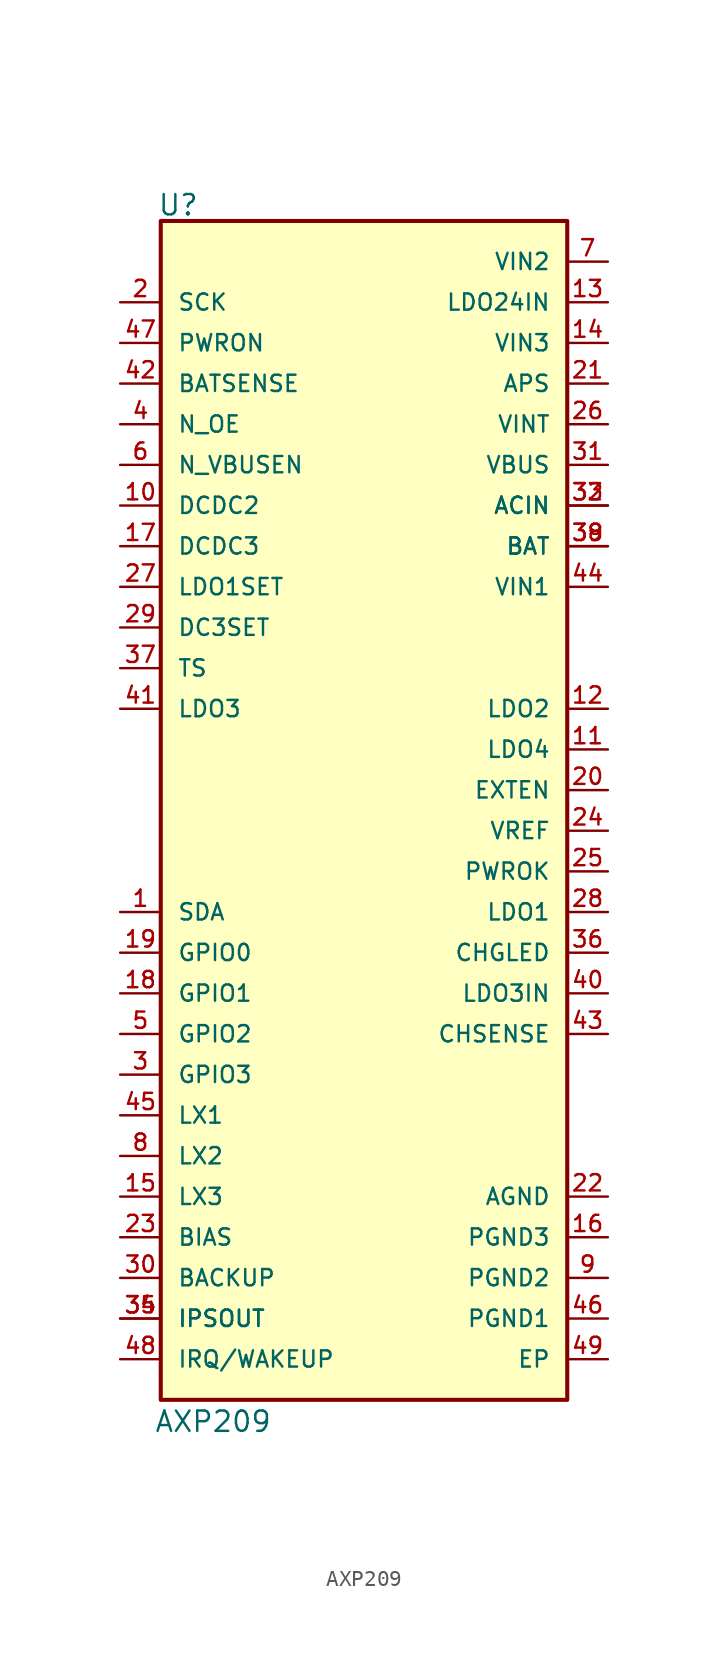
<source format=kicad_sym>
(kicad_symbol_lib
  (version 20211014)
  (generator kicad_symbol_editor)
  (symbol "AXP209"
    (pin_names
      (offset 1.016))
    (property "Reference" "U"
      (at -12.918 38.352 0)
      (effects (font (size 1.27 1.27)) (justify bottom left)))
    (property "Value" "AXP209"
      (at -13.121 -37.66 0)
      (effects (font (size 1.27 1.27)) (justify bottom left)))
    (symbol "AXP209_0_0"
      (rectangle (start -12.7 -35.56) (end 12.7 38.1) (stroke (width 0.254)) (fill (type background)))
      (pin bidirectional line (at -15.24 -5.08 0) (length 2.54) (name "SDA" (effects (font (size 1.016 1.016)))) (number "1" (effects (font (size 1.016 1.016)))))
      (pin input line (at -15.24 33.02 0) (length 2.54) (name "SCK" (effects (font (size 1.016 1.016)))) (number "2" (effects (font (size 1.016 1.016)))))
      (pin output line (at 15.24 5.08 180.0) (length 2.54) (name "LDO4" (effects (font (size 1.016 1.016)))) (number "11" (effects (font (size 1.016 1.016)))))
      (pin power_in line (at 15.24 35.56 180.0) (length 2.54) (name "VIN2" (effects (font (size 1.016 1.016)))) (number "7" (effects (font (size 1.016 1.016)))))
      (pin power_in line (at 15.24 33.02 180.0) (length 2.54) (name "LDO24IN" (effects (font (size 1.016 1.016)))) (number "13" (effects (font (size 1.016 1.016)))))
      (pin input line (at -15.24 25.4 0) (length 2.54) (name "N_OE" (effects (font (size 1.016 1.016)))) (number "4" (effects (font (size 1.016 1.016)))))
      (pin bidirectional line (at -15.24 -12.7 0) (length 2.54) (name "GPIO2" (effects (font (size 1.016 1.016)))) (number "5" (effects (font (size 1.016 1.016)))))
      (pin power_in line (at 15.24 30.48 180.0) (length 2.54) (name "VIN3" (effects (font (size 1.016 1.016)))) (number "14" (effects (font (size 1.016 1.016)))))
      (pin input line (at -15.24 22.86 0) (length 2.54) (name "N_VBUSEN" (effects (font (size 1.016 1.016)))) (number "6" (effects (font (size 1.016 1.016)))))
      (pin input line (at -15.24 20.32 0) (length 2.54) (name "DCDC2" (effects (font (size 1.016 1.016)))) (number "10" (effects (font (size 1.016 1.016)))))
      (pin bidirectional line (at -15.24 -15.24 0) (length 2.54) (name "GPIO3" (effects (font (size 1.016 1.016)))) (number "3" (effects (font (size 1.016 1.016)))))
      (pin power_in line (at 15.24 -27.94 180.0) (length 2.54) (name "PGND2" (effects (font (size 1.016 1.016)))) (number "9" (effects (font (size 1.016 1.016)))))
      (pin bidirectional line (at -15.24 -20.32 0) (length 2.54) (name "LX2" (effects (font (size 1.016 1.016)))) (number "8" (effects (font (size 1.016 1.016)))))
      (pin output line (at 15.24 7.62 180.0) (length 2.54) (name "LDO2" (effects (font (size 1.016 1.016)))) (number "12" (effects (font (size 1.016 1.016)))))
      (pin bidirectional line (at -15.24 -22.86 0) (length 2.54) (name "LX3" (effects (font (size 1.016 1.016)))) (number "15" (effects (font (size 1.016 1.016)))))
      (pin power_in line (at 15.24 -25.4 180.0) (length 2.54) (name "PGND3" (effects (font (size 1.016 1.016)))) (number "16" (effects (font (size 1.016 1.016)))))
      (pin input line (at -15.24 17.78 0) (length 2.54) (name "DCDC3" (effects (font (size 1.016 1.016)))) (number "17" (effects (font (size 1.016 1.016)))))
      (pin bidirectional line (at -15.24 -10.16 0) (length 2.54) (name "GPIO1" (effects (font (size 1.016 1.016)))) (number "18" (effects (font (size 1.016 1.016)))))
      (pin bidirectional line (at -15.24 -7.62 0) (length 2.54) (name "GPIO0" (effects (font (size 1.016 1.016)))) (number "19" (effects (font (size 1.016 1.016)))))
      (pin output line (at 15.24 2.54 180.0) (length 2.54) (name "EXTEN" (effects (font (size 1.016 1.016)))) (number "20" (effects (font (size 1.016 1.016)))))
      (pin power_in line (at 15.24 27.94 180.0) (length 2.54) (name "APS" (effects (font (size 1.016 1.016)))) (number "21" (effects (font (size 1.016 1.016)))))
      (pin power_in line (at 15.24 -22.86 180.0) (length 2.54) (name "AGND" (effects (font (size 1.016 1.016)))) (number "22" (effects (font (size 1.016 1.016)))))
      (pin bidirectional line (at -15.24 -25.4 0) (length 2.54) (name "BIAS" (effects (font (size 1.016 1.016)))) (number "23" (effects (font (size 1.016 1.016)))))
      (pin output line (at 15.24 0.0 180.0) (length 2.54) (name "VREF" (effects (font (size 1.016 1.016)))) (number "24" (effects (font (size 1.016 1.016)))))
      (pin output line (at 15.24 -2.54 180.0) (length 2.54) (name "PWROK" (effects (font (size 1.016 1.016)))) (number "25" (effects (font (size 1.016 1.016)))))
      (pin power_in line (at 15.24 25.4 180.0) (length 2.54) (name "VINT" (effects (font (size 1.016 1.016)))) (number "26" (effects (font (size 1.016 1.016)))))
      (pin input line (at -15.24 15.24 0) (length 2.54) (name "LDO1SET" (effects (font (size 1.016 1.016)))) (number "27" (effects (font (size 1.016 1.016)))))
      (pin output line (at 15.24 -5.08 180.0) (length 2.54) (name "LDO1" (effects (font (size 1.016 1.016)))) (number "28" (effects (font (size 1.016 1.016)))))
      (pin input line (at -15.24 12.7 0) (length 2.54) (name "DC3SET" (effects (font (size 1.016 1.016)))) (number "29" (effects (font (size 1.016 1.016)))))
      (pin bidirectional line (at -15.24 -27.94 0) (length 2.54) (name "BACKUP" (effects (font (size 1.016 1.016)))) (number "30" (effects (font (size 1.016 1.016)))))
      (pin power_in line (at 15.24 22.86 180.0) (length 2.54) (name "VBUS" (effects (font (size 1.016 1.016)))) (number "31" (effects (font (size 1.016 1.016)))))
      (pin power_in line (at 15.24 20.32 180.0) (length 2.54) (name "ACIN" (effects (font (size 1.016 1.016)))) (number "32" (effects (font (size 1.016 1.016)))))
      (pin power_in line (at 15.24 20.32 180.0) (length 2.54) (name "ACIN" (effects (font (size 1.016 1.016)))) (number "33" (effects (font (size 1.016 1.016)))))
      (pin bidirectional line (at -15.24 -30.48 0) (length 2.54) (name "IPSOUT" (effects (font (size 1.016 1.016)))) (number "34" (effects (font (size 1.016 1.016)))))
      (pin bidirectional line (at -15.24 -30.48 0) (length 2.54) (name "IPSOUT" (effects (font (size 1.016 1.016)))) (number "35" (effects (font (size 1.016 1.016)))))
      (pin output line (at 15.24 -7.62 180.0) (length 2.54) (name "CHGLED" (effects (font (size 1.016 1.016)))) (number "36" (effects (font (size 1.016 1.016)))))
      (pin input line (at -15.24 10.16 0) (length 2.54) (name "TS" (effects (font (size 1.016 1.016)))) (number "37" (effects (font (size 1.016 1.016)))))
      (pin power_in line (at 15.24 17.78 180.0) (length 2.54) (name "BAT" (effects (font (size 1.016 1.016)))) (number "38" (effects (font (size 1.016 1.016)))))
      (pin power_in line (at 15.24 17.78 180.0) (length 2.54) (name "BAT" (effects (font (size 1.016 1.016)))) (number "39" (effects (font (size 1.016 1.016)))))
      (pin output line (at 15.24 -10.16 180.0) (length 2.54) (name "LDO3IN" (effects (font (size 1.016 1.016)))) (number "40" (effects (font (size 1.016 1.016)))))
      (pin input line (at -15.24 7.62 0) (length 2.54) (name "LDO3" (effects (font (size 1.016 1.016)))) (number "41" (effects (font (size 1.016 1.016)))))
      (pin input line (at -15.24 27.94 0) (length 2.54) (name "BATSENSE" (effects (font (size 1.016 1.016)))) (number "42" (effects (font (size 1.016 1.016)))))
      (pin output line (at 15.24 -12.7 180.0) (length 2.54) (name "CHSENSE" (effects (font (size 1.016 1.016)))) (number "43" (effects (font (size 1.016 1.016)))))
      (pin power_in line (at 15.24 15.24 180.0) (length 2.54) (name "VIN1" (effects (font (size 1.016 1.016)))) (number "44" (effects (font (size 1.016 1.016)))))
      (pin bidirectional line (at -15.24 -17.78 0) (length 2.54) (name "LX1" (effects (font (size 1.016 1.016)))) (number "45" (effects (font (size 1.016 1.016)))))
      (pin power_in line (at 15.24 -30.48 180.0) (length 2.54) (name "PGND1" (effects (font (size 1.016 1.016)))) (number "46" (effects (font (size 1.016 1.016)))))
      (pin input line (at -15.24 30.48 0) (length 2.54) (name "PWRON" (effects (font (size 1.016 1.016)))) (number "47" (effects (font (size 1.016 1.016)))))
      (pin bidirectional line (at -15.24 -33.02 0) (length 2.54) (name "IRQ/WAKEUP" (effects (font (size 1.016 1.016)))) (number "48" (effects (font (size 1.016 1.016)))))
      (pin power_in line (at 15.24 -33.02 180.0) (length 2.54) (name "EP" (effects (font (size 1.016 1.016)))) (number "49" (effects (font (size 1.016 1.016))))))))
</source>
